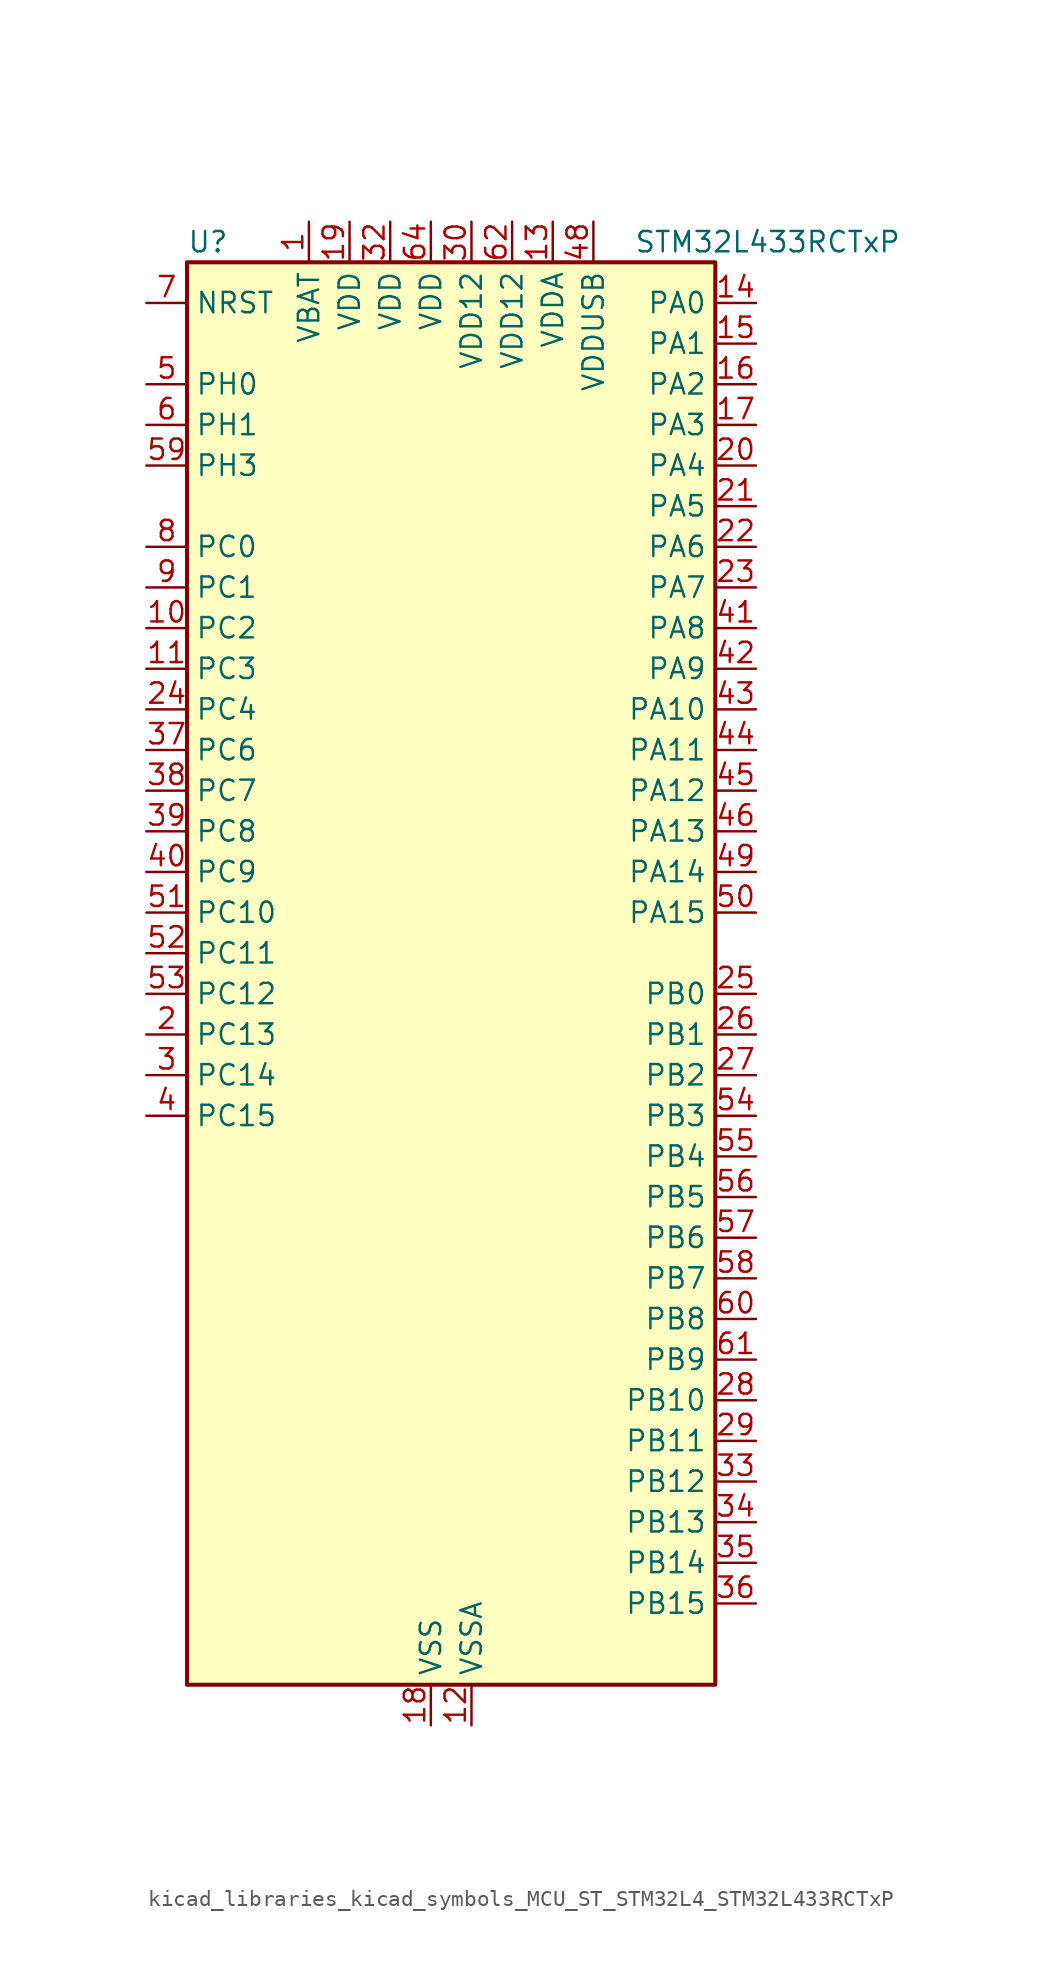
<source format=kicad_sym>
(kicad_symbol_lib
  (version 20220914)
  (generator kicad_symbol_editor)
  (symbol "kicad_libraries_kicad_symbols_MCU_ST_STM32L4_STM32L433RCTxP"
    (property "Reference" "U"
      (at -15.24 46.99 0)
      (effects (font (size 1.27 1.27)) (justify left)))
    (property "Value" "STM32L433RCTxP"
      (at 12.7 46.99 0)
      (effects (font (size 1.27 1.27)) (justify left)))
    (property "ki_locked" ""
      (at 0 0 0)
      (effects (font (size 1.27 1.27))))
    (symbol "kicad_libraries_kicad_symbols_MCU_ST_STM32L4_STM32L433RCTxP_0_1"
      (rectangle (start -15.24 -43.18) (end 17.78 45.72) (stroke (width 0.254) (type default)) (fill (type background))))
    (symbol "kicad_libraries_kicad_symbols_MCU_ST_STM32L4_STM32L433RCTxP_1_1"
      (pin power_in line (at -7.62 48.26 270) (length 2.54) (name "VBAT" (effects (font (size 1.27 1.27)))) (number "1" (effects (font (size 1.27 1.27)))))
      (pin bidirectional line (at -17.78 22.86 0) (length 2.54) (name "PC2" (effects (font (size 1.27 1.27)))) (number "10" (effects (font (size 1.27 1.27)))) (alternate "ADC1_IN3" bidirectional line) (alternate "LCD_SEG20" bidirectional line) (alternate "LPTIM1_IN2" bidirectional line) (alternate "SPI2_MISO" bidirectional line))
      (pin bidirectional line (at -17.78 20.32 0) (length 2.54) (name "PC3" (effects (font (size 1.27 1.27)))) (number "11" (effects (font (size 1.27 1.27)))) (alternate "ADC1_IN4" bidirectional line) (alternate "LCD_VLCD" bidirectional line) (alternate "LPTIM1_ETR" bidirectional line) (alternate "LPTIM2_ETR" bidirectional line) (alternate "SAI1_SD_A" bidirectional line) (alternate "SPI2_MOSI" bidirectional line))
      (pin power_in line (at 2.54 -45.72 90) (length 2.54) (name "VSSA" (effects (font (size 1.27 1.27)))) (number "12" (effects (font (size 1.27 1.27)))))
      (pin power_in line (at 7.62 48.26 270) (length 2.54) (name "VDDA" (effects (font (size 1.27 1.27)))) (number "13" (effects (font (size 1.27 1.27)))))
      (pin bidirectional line (at 20.32 43.18 180) (length 2.54) (name "PA0" (effects (font (size 1.27 1.27)))) (number "14" (effects (font (size 1.27 1.27)))) (alternate "ADC1_IN5" bidirectional line) (alternate "COMP1_INM" bidirectional line) (alternate "COMP1_OUT" bidirectional line) (alternate "OPAMP1_VINP" bidirectional line) (alternate "RTC_TAMP2" bidirectional line) (alternate "SAI1_EXTCLK" bidirectional line) (alternate "SYS_WKUP1" bidirectional line) (alternate "TIM2_CH1" bidirectional line) (alternate "TIM2_ETR" bidirectional line) (alternate "USART2_CTS" bidirectional line))
      (pin bidirectional line (at 20.32 40.64 180) (length 2.54) (name "PA1" (effects (font (size 1.27 1.27)))) (number "15" (effects (font (size 1.27 1.27)))) (alternate "ADC1_IN6" bidirectional line) (alternate "COMP1_INP" bidirectional line) (alternate "I2C1_SMBA" bidirectional line) (alternate "LCD_SEG0" bidirectional line) (alternate "OPAMP1_VINM" bidirectional line) (alternate "SPI1_SCK" bidirectional line) (alternate "TIM15_CH1N" bidirectional line) (alternate "TIM2_CH2" bidirectional line) (alternate "USART2_DE" bidirectional line) (alternate "USART2_RTS" bidirectional line))
      (pin bidirectional line (at 20.32 38.1 180) (length 2.54) (name "PA2" (effects (font (size 1.27 1.27)))) (number "16" (effects (font (size 1.27 1.27)))) (alternate "ADC1_IN7" bidirectional line) (alternate "COMP2_INM" bidirectional line) (alternate "COMP2_OUT" bidirectional line) (alternate "LCD_SEG1" bidirectional line) (alternate "LPUART1_TX" bidirectional line) (alternate "QUADSPI_BK1_NCS" bidirectional line) (alternate "RCC_LSCO" bidirectional line) (alternate "SYS_WKUP4" bidirectional line) (alternate "TIM15_CH1" bidirectional line) (alternate "TIM2_CH3" bidirectional line) (alternate "USART2_TX" bidirectional line))
      (pin bidirectional line (at 20.32 35.56 180) (length 2.54) (name "PA3" (effects (font (size 1.27 1.27)))) (number "17" (effects (font (size 1.27 1.27)))) (alternate "ADC1_IN8" bidirectional line) (alternate "COMP2_INP" bidirectional line) (alternate "LCD_SEG2" bidirectional line) (alternate "LPUART1_RX" bidirectional line) (alternate "OPAMP1_VOUT" bidirectional line) (alternate "QUADSPI_CLK" bidirectional line) (alternate "SAI1_MCLK_A" bidirectional line) (alternate "TIM15_CH2" bidirectional line) (alternate "TIM2_CH4" bidirectional line) (alternate "USART2_RX" bidirectional line))
      (pin power_in line (at 0 -45.72 90) (length 2.54) (name "VSS" (effects (font (size 1.27 1.27)))) (number "18" (effects (font (size 1.27 1.27)))))
      (pin power_in line (at -5.08 48.26 270) (length 2.54) (name "VDD" (effects (font (size 1.27 1.27)))) (number "19" (effects (font (size 1.27 1.27)))))
      (pin bidirectional line (at -17.78 -2.54 0) (length 2.54) (name "PC13" (effects (font (size 1.27 1.27)))) (number "2" (effects (font (size 1.27 1.27)))) (alternate "RTC_OUT_ALARM" bidirectional line) (alternate "RTC_OUT_CALIB" bidirectional line) (alternate "RTC_TAMP1" bidirectional line) (alternate "RTC_TS" bidirectional line) (alternate "SYS_WKUP2" bidirectional line))
      (pin bidirectional line (at 20.32 33.02 180) (length 2.54) (name "PA4" (effects (font (size 1.27 1.27)))) (number "20" (effects (font (size 1.27 1.27)))) (alternate "ADC1_IN9" bidirectional line) (alternate "COMP1_INM" bidirectional line) (alternate "COMP2_INM" bidirectional line) (alternate "DAC1_OUT1" bidirectional line) (alternate "LPTIM2_OUT" bidirectional line) (alternate "SAI1_FS_B" bidirectional line) (alternate "SPI1_NSS" bidirectional line) (alternate "SPI3_NSS" bidirectional line) (alternate "USART2_CK" bidirectional line))
      (pin bidirectional line (at 20.32 30.48 180) (length 2.54) (name "PA5" (effects (font (size 1.27 1.27)))) (number "21" (effects (font (size 1.27 1.27)))) (alternate "ADC1_IN10" bidirectional line) (alternate "COMP1_INM" bidirectional line) (alternate "COMP2_INM" bidirectional line) (alternate "DAC1_OUT2" bidirectional line) (alternate "LPTIM2_ETR" bidirectional line) (alternate "SPI1_SCK" bidirectional line) (alternate "TIM2_CH1" bidirectional line) (alternate "TIM2_ETR" bidirectional line))
      (pin bidirectional line (at 20.32 27.94 180) (length 2.54) (name "PA6" (effects (font (size 1.27 1.27)))) (number "22" (effects (font (size 1.27 1.27)))) (alternate "ADC1_IN11" bidirectional line) (alternate "COMP1_OUT" bidirectional line) (alternate "LCD_SEG3" bidirectional line) (alternate "LPUART1_CTS" bidirectional line) (alternate "QUADSPI_BK1_IO3" bidirectional line) (alternate "SPI1_MISO" bidirectional line) (alternate "TIM16_CH1" bidirectional line) (alternate "TIM1_BKIN" bidirectional line) (alternate "TIM1_BKIN_COMP2" bidirectional line) (alternate "USART3_CTS" bidirectional line))
      (pin bidirectional line (at 20.32 25.4 180) (length 2.54) (name "PA7" (effects (font (size 1.27 1.27)))) (number "23" (effects (font (size 1.27 1.27)))) (alternate "ADC1_IN12" bidirectional line) (alternate "COMP2_OUT" bidirectional line) (alternate "I2C3_SCL" bidirectional line) (alternate "LCD_SEG4" bidirectional line) (alternate "QUADSPI_BK1_IO2" bidirectional line) (alternate "SPI1_MOSI" bidirectional line) (alternate "TIM1_CH1N" bidirectional line))
      (pin bidirectional line (at -17.78 17.78 0) (length 2.54) (name "PC4" (effects (font (size 1.27 1.27)))) (number "24" (effects (font (size 1.27 1.27)))) (alternate "ADC1_IN13" bidirectional line) (alternate "COMP1_INM" bidirectional line) (alternate "LCD_SEG22" bidirectional line) (alternate "USART3_TX" bidirectional line))
      (pin bidirectional line (at 20.32 0 180) (length 2.54) (name "PB0" (effects (font (size 1.27 1.27)))) (number "25" (effects (font (size 1.27 1.27)))) (alternate "ADC1_IN15" bidirectional line) (alternate "COMP1_OUT" bidirectional line) (alternate "LCD_SEG5" bidirectional line) (alternate "QUADSPI_BK1_IO1" bidirectional line) (alternate "SAI1_EXTCLK" bidirectional line) (alternate "SPI1_NSS" bidirectional line) (alternate "TIM1_CH2N" bidirectional line) (alternate "USART3_CK" bidirectional line))
      (pin bidirectional line (at 20.32 -2.54 180) (length 2.54) (name "PB1" (effects (font (size 1.27 1.27)))) (number "26" (effects (font (size 1.27 1.27)))) (alternate "ADC1_IN16" bidirectional line) (alternate "COMP1_INM" bidirectional line) (alternate "LCD_SEG6" bidirectional line) (alternate "LPTIM2_IN1" bidirectional line) (alternate "LPUART1_DE" bidirectional line) (alternate "LPUART1_RTS" bidirectional line) (alternate "QUADSPI_BK1_IO0" bidirectional line) (alternate "TIM1_CH3N" bidirectional line) (alternate "USART3_DE" bidirectional line) (alternate "USART3_RTS" bidirectional line))
      (pin bidirectional line (at 20.32 -5.08 180) (length 2.54) (name "PB2" (effects (font (size 1.27 1.27)))) (number "27" (effects (font (size 1.27 1.27)))) (alternate "COMP1_INP" bidirectional line) (alternate "I2C3_SMBA" bidirectional line) (alternate "LCD_VLCD" bidirectional line) (alternate "LPTIM1_OUT" bidirectional line) (alternate "RTC_OUT_ALARM" bidirectional line) (alternate "RTC_OUT_CALIB" bidirectional line))
      (pin bidirectional line (at 20.32 -25.4 180) (length 2.54) (name "PB10" (effects (font (size 1.27 1.27)))) (number "28" (effects (font (size 1.27 1.27)))) (alternate "COMP1_OUT" bidirectional line) (alternate "I2C2_SCL" bidirectional line) (alternate "LCD_SEG10" bidirectional line) (alternate "LPUART1_RX" bidirectional line) (alternate "QUADSPI_CLK" bidirectional line) (alternate "SAI1_SCK_A" bidirectional line) (alternate "SPI2_SCK" bidirectional line) (alternate "TIM2_CH3" bidirectional line) (alternate "TSC_SYNC" bidirectional line) (alternate "USART3_TX" bidirectional line))
      (pin bidirectional line (at 20.32 -27.94 180) (length 2.54) (name "PB11" (effects (font (size 1.27 1.27)))) (number "29" (effects (font (size 1.27 1.27)))) (alternate "ADC1_EXTI11" bidirectional line) (alternate "COMP2_OUT" bidirectional line) (alternate "I2C2_SDA" bidirectional line) (alternate "LCD_SEG11" bidirectional line) (alternate "LPUART1_TX" bidirectional line) (alternate "QUADSPI_BK1_NCS" bidirectional line) (alternate "TIM2_CH4" bidirectional line) (alternate "USART3_RX" bidirectional line))
      (pin bidirectional line (at -17.78 -5.08 0) (length 2.54) (name "PC14" (effects (font (size 1.27 1.27)))) (number "3" (effects (font (size 1.27 1.27)))) (alternate "RCC_OSC32_IN" bidirectional line))
      (pin power_in line (at 2.54 48.26 270) (length 2.54) (name "VDD12" (effects (font (size 1.27 1.27)))) (number "30" (effects (font (size 1.27 1.27)))))
      (pin passive line (at 0 -45.72 90) (length 2.54) hide (name "VSS" (effects (font (size 1.27 1.27)))) (number "31" (effects (font (size 1.27 1.27)))))
      (pin power_in line (at -2.54 48.26 270) (length 2.54) (name "VDD" (effects (font (size 1.27 1.27)))) (number "32" (effects (font (size 1.27 1.27)))))
      (pin bidirectional line (at 20.32 -30.48 180) (length 2.54) (name "PB12" (effects (font (size 1.27 1.27)))) (number "33" (effects (font (size 1.27 1.27)))) (alternate "I2C2_SMBA" bidirectional line) (alternate "LCD_SEG12" bidirectional line) (alternate "LPUART1_DE" bidirectional line) (alternate "LPUART1_RTS" bidirectional line) (alternate "SAI1_FS_A" bidirectional line) (alternate "SPI2_NSS" bidirectional line) (alternate "SWPMI1_IO" bidirectional line) (alternate "TIM15_BKIN" bidirectional line) (alternate "TIM1_BKIN" bidirectional line) (alternate "TIM1_BKIN_COMP2" bidirectional line) (alternate "TSC_G1_IO1" bidirectional line) (alternate "USART3_CK" bidirectional line))
      (pin bidirectional line (at 20.32 -33.02 180) (length 2.54) (name "PB13" (effects (font (size 1.27 1.27)))) (number "34" (effects (font (size 1.27 1.27)))) (alternate "I2C2_SCL" bidirectional line) (alternate "LCD_SEG13" bidirectional line) (alternate "LPUART1_CTS" bidirectional line) (alternate "SAI1_SCK_A" bidirectional line) (alternate "SPI2_SCK" bidirectional line) (alternate "SWPMI1_TX" bidirectional line) (alternate "TIM15_CH1N" bidirectional line) (alternate "TIM1_CH1N" bidirectional line) (alternate "TSC_G1_IO2" bidirectional line) (alternate "USART3_CTS" bidirectional line))
      (pin bidirectional line (at 20.32 -35.56 180) (length 2.54) (name "PB14" (effects (font (size 1.27 1.27)))) (number "35" (effects (font (size 1.27 1.27)))) (alternate "I2C2_SDA" bidirectional line) (alternate "LCD_SEG14" bidirectional line) (alternate "SAI1_MCLK_A" bidirectional line) (alternate "SPI2_MISO" bidirectional line) (alternate "SWPMI1_RX" bidirectional line) (alternate "TIM15_CH1" bidirectional line) (alternate "TIM1_CH2N" bidirectional line) (alternate "TSC_G1_IO3" bidirectional line) (alternate "USART3_DE" bidirectional line) (alternate "USART3_RTS" bidirectional line))
      (pin bidirectional line (at 20.32 -38.1 180) (length 2.54) (name "PB15" (effects (font (size 1.27 1.27)))) (number "36" (effects (font (size 1.27 1.27)))) (alternate "ADC1_EXTI15" bidirectional line) (alternate "LCD_SEG15" bidirectional line) (alternate "RTC_REFIN" bidirectional line) (alternate "SAI1_SD_A" bidirectional line) (alternate "SPI2_MOSI" bidirectional line) (alternate "SWPMI1_SUSPEND" bidirectional line) (alternate "TIM15_CH2" bidirectional line) (alternate "TIM1_CH3N" bidirectional line) (alternate "TSC_G1_IO4" bidirectional line))
      (pin bidirectional line (at -17.78 15.24 0) (length 2.54) (name "PC6" (effects (font (size 1.27 1.27)))) (number "37" (effects (font (size 1.27 1.27)))) (alternate "LCD_SEG24" bidirectional line) (alternate "TSC_G4_IO1" bidirectional line))
      (pin bidirectional line (at -17.78 12.7 0) (length 2.54) (name "PC7" (effects (font (size 1.27 1.27)))) (number "38" (effects (font (size 1.27 1.27)))) (alternate "LCD_SEG25" bidirectional line) (alternate "TSC_G4_IO2" bidirectional line))
      (pin bidirectional line (at -17.78 10.16 0) (length 2.54) (name "PC8" (effects (font (size 1.27 1.27)))) (number "39" (effects (font (size 1.27 1.27)))) (alternate "LCD_SEG26" bidirectional line) (alternate "TSC_G4_IO3" bidirectional line))
      (pin bidirectional line (at -17.78 -7.62 0) (length 2.54) (name "PC15" (effects (font (size 1.27 1.27)))) (number "4" (effects (font (size 1.27 1.27)))) (alternate "ADC1_EXTI15" bidirectional line) (alternate "RCC_OSC32_OUT" bidirectional line))
      (pin bidirectional line (at -17.78 7.62 0) (length 2.54) (name "PC9" (effects (font (size 1.27 1.27)))) (number "40" (effects (font (size 1.27 1.27)))) (alternate "DAC1_EXTI9" bidirectional line) (alternate "LCD_SEG27" bidirectional line) (alternate "TSC_G4_IO4" bidirectional line) (alternate "USB_NOE" bidirectional line))
      (pin bidirectional line (at 20.32 22.86 180) (length 2.54) (name "PA8" (effects (font (size 1.27 1.27)))) (number "41" (effects (font (size 1.27 1.27)))) (alternate "LCD_COM0" bidirectional line) (alternate "LPTIM2_OUT" bidirectional line) (alternate "RCC_MCO" bidirectional line) (alternate "SAI1_SCK_A" bidirectional line) (alternate "SWPMI1_IO" bidirectional line) (alternate "TIM1_CH1" bidirectional line) (alternate "USART1_CK" bidirectional line))
      (pin bidirectional line (at 20.32 20.32 180) (length 2.54) (name "PA9" (effects (font (size 1.27 1.27)))) (number "42" (effects (font (size 1.27 1.27)))) (alternate "DAC1_EXTI9" bidirectional line) (alternate "I2C1_SCL" bidirectional line) (alternate "LCD_COM1" bidirectional line) (alternate "SAI1_FS_A" bidirectional line) (alternate "TIM15_BKIN" bidirectional line) (alternate "TIM1_CH2" bidirectional line) (alternate "USART1_TX" bidirectional line))
      (pin bidirectional line (at 20.32 17.78 180) (length 2.54) (name "PA10" (effects (font (size 1.27 1.27)))) (number "43" (effects (font (size 1.27 1.27)))) (alternate "CRS_SYNC" bidirectional line) (alternate "I2C1_SDA" bidirectional line) (alternate "LCD_COM2" bidirectional line) (alternate "SAI1_SD_A" bidirectional line) (alternate "TIM1_CH3" bidirectional line) (alternate "USART1_RX" bidirectional line))
      (pin bidirectional line (at 20.32 15.24 180) (length 2.54) (name "PA11" (effects (font (size 1.27 1.27)))) (number "44" (effects (font (size 1.27 1.27)))) (alternate "ADC1_EXTI11" bidirectional line) (alternate "CAN1_RX" bidirectional line) (alternate "COMP1_OUT" bidirectional line) (alternate "SPI1_MISO" bidirectional line) (alternate "TIM1_BKIN2" bidirectional line) (alternate "TIM1_BKIN2_COMP1" bidirectional line) (alternate "TIM1_CH4" bidirectional line) (alternate "USART1_CTS" bidirectional line) (alternate "USB_DM" bidirectional line))
      (pin bidirectional line (at 20.32 12.7 180) (length 2.54) (name "PA12" (effects (font (size 1.27 1.27)))) (number "45" (effects (font (size 1.27 1.27)))) (alternate "CAN1_TX" bidirectional line) (alternate "SPI1_MOSI" bidirectional line) (alternate "TIM1_ETR" bidirectional line) (alternate "USART1_DE" bidirectional line) (alternate "USART1_RTS" bidirectional line) (alternate "USB_DP" bidirectional line))
      (pin bidirectional line (at 20.32 10.16 180) (length 2.54) (name "PA13" (effects (font (size 1.27 1.27)))) (number "46" (effects (font (size 1.27 1.27)))) (alternate "IR_OUT" bidirectional line) (alternate "SAI1_SD_B" bidirectional line) (alternate "SWPMI1_TX" bidirectional line) (alternate "SYS_JTMS-SWDIO" bidirectional line) (alternate "USB_NOE" bidirectional line))
      (pin passive line (at 0 -45.72 90) (length 2.54) hide (name "VSS" (effects (font (size 1.27 1.27)))) (number "47" (effects (font (size 1.27 1.27)))))
      (pin power_in line (at 10.16 48.26 270) (length 2.54) (name "VDDUSB" (effects (font (size 1.27 1.27)))) (number "48" (effects (font (size 1.27 1.27)))))
      (pin bidirectional line (at 20.32 7.62 180) (length 2.54) (name "PA14" (effects (font (size 1.27 1.27)))) (number "49" (effects (font (size 1.27 1.27)))) (alternate "I2C1_SMBA" bidirectional line) (alternate "LPTIM1_OUT" bidirectional line) (alternate "SAI1_FS_B" bidirectional line) (alternate "SWPMI1_RX" bidirectional line) (alternate "SYS_JTCK-SWCLK" bidirectional line))
      (pin bidirectional line (at -17.78 38.1 0) (length 2.54) (name "PH0" (effects (font (size 1.27 1.27)))) (number "5" (effects (font (size 1.27 1.27)))) (alternate "RCC_OSC_IN" bidirectional line))
      (pin bidirectional line (at 20.32 5.08 180) (length 2.54) (name "PA15" (effects (font (size 1.27 1.27)))) (number "50" (effects (font (size 1.27 1.27)))) (alternate "ADC1_EXTI15" bidirectional line) (alternate "LCD_SEG17" bidirectional line) (alternate "SPI1_NSS" bidirectional line) (alternate "SPI3_NSS" bidirectional line) (alternate "SWPMI1_SUSPEND" bidirectional line) (alternate "SYS_JTDI" bidirectional line) (alternate "TIM2_CH1" bidirectional line) (alternate "TIM2_ETR" bidirectional line) (alternate "TSC_G3_IO1" bidirectional line) (alternate "USART2_RX" bidirectional line) (alternate "USART3_DE" bidirectional line) (alternate "USART3_RTS" bidirectional line))
      (pin bidirectional line (at -17.78 5.08 0) (length 2.54) (name "PC10" (effects (font (size 1.27 1.27)))) (number "51" (effects (font (size 1.27 1.27)))) (alternate "LCD_COM4" bidirectional line) (alternate "LCD_SEG28" bidirectional line) (alternate "LCD_SEG40" bidirectional line) (alternate "SPI3_SCK" bidirectional line) (alternate "TSC_G3_IO2" bidirectional line) (alternate "USART3_TX" bidirectional line))
      (pin bidirectional line (at -17.78 2.54 0) (length 2.54) (name "PC11" (effects (font (size 1.27 1.27)))) (number "52" (effects (font (size 1.27 1.27)))) (alternate "ADC1_EXTI11" bidirectional line) (alternate "LCD_COM5" bidirectional line) (alternate "LCD_SEG29" bidirectional line) (alternate "LCD_SEG41" bidirectional line) (alternate "SPI3_MISO" bidirectional line) (alternate "TSC_G3_IO3" bidirectional line) (alternate "USART3_RX" bidirectional line))
      (pin bidirectional line (at -17.78 0 0) (length 2.54) (name "PC12" (effects (font (size 1.27 1.27)))) (number "53" (effects (font (size 1.27 1.27)))) (alternate "LCD_COM6" bidirectional line) (alternate "LCD_SEG30" bidirectional line) (alternate "LCD_SEG42" bidirectional line) (alternate "SPI3_MOSI" bidirectional line) (alternate "TSC_G3_IO4" bidirectional line) (alternate "USART3_CK" bidirectional line))
      (pin bidirectional line (at 20.32 -7.62 180) (length 2.54) (name "PB3" (effects (font (size 1.27 1.27)))) (number "54" (effects (font (size 1.27 1.27)))) (alternate "COMP2_INM" bidirectional line) (alternate "LCD_SEG7" bidirectional line) (alternate "SAI1_SCK_B" bidirectional line) (alternate "SPI1_SCK" bidirectional line) (alternate "SPI3_SCK" bidirectional line) (alternate "SYS_JTDO-SWO" bidirectional line) (alternate "TIM2_CH2" bidirectional line) (alternate "USART1_DE" bidirectional line) (alternate "USART1_RTS" bidirectional line))
      (pin bidirectional line (at 20.32 -10.16 180) (length 2.54) (name "PB4" (effects (font (size 1.27 1.27)))) (number "55" (effects (font (size 1.27 1.27)))) (alternate "COMP2_INP" bidirectional line) (alternate "I2C3_SDA" bidirectional line) (alternate "LCD_SEG8" bidirectional line) (alternate "SAI1_MCLK_B" bidirectional line) (alternate "SPI1_MISO" bidirectional line) (alternate "SPI3_MISO" bidirectional line) (alternate "SYS_JTRST" bidirectional line) (alternate "TSC_G2_IO1" bidirectional line) (alternate "USART1_CTS" bidirectional line))
      (pin bidirectional line (at 20.32 -12.7 180) (length 2.54) (name "PB5" (effects (font (size 1.27 1.27)))) (number "56" (effects (font (size 1.27 1.27)))) (alternate "COMP2_OUT" bidirectional line) (alternate "I2C1_SMBA" bidirectional line) (alternate "LCD_SEG9" bidirectional line) (alternate "LPTIM1_IN1" bidirectional line) (alternate "SAI1_SD_B" bidirectional line) (alternate "SPI1_MOSI" bidirectional line) (alternate "SPI3_MOSI" bidirectional line) (alternate "TIM16_BKIN" bidirectional line) (alternate "TSC_G2_IO2" bidirectional line) (alternate "USART1_CK" bidirectional line))
      (pin bidirectional line (at 20.32 -15.24 180) (length 2.54) (name "PB6" (effects (font (size 1.27 1.27)))) (number "57" (effects (font (size 1.27 1.27)))) (alternate "COMP2_INP" bidirectional line) (alternate "I2C1_SCL" bidirectional line) (alternate "LPTIM1_ETR" bidirectional line) (alternate "SAI1_FS_B" bidirectional line) (alternate "TIM16_CH1N" bidirectional line) (alternate "TSC_G2_IO3" bidirectional line) (alternate "USART1_TX" bidirectional line))
      (pin bidirectional line (at 20.32 -17.78 180) (length 2.54) (name "PB7" (effects (font (size 1.27 1.27)))) (number "58" (effects (font (size 1.27 1.27)))) (alternate "COMP2_INM" bidirectional line) (alternate "I2C1_SDA" bidirectional line) (alternate "LCD_SEG21" bidirectional line) (alternate "LPTIM1_IN2" bidirectional line) (alternate "SYS_PVD_IN" bidirectional line) (alternate "TSC_G2_IO4" bidirectional line) (alternate "USART1_RX" bidirectional line))
      (pin bidirectional line (at -17.78 33.02 0) (length 2.54) (name "PH3" (effects (font (size 1.27 1.27)))) (number "59" (effects (font (size 1.27 1.27)))))
      (pin bidirectional line (at -17.78 35.56 0) (length 2.54) (name "PH1" (effects (font (size 1.27 1.27)))) (number "6" (effects (font (size 1.27 1.27)))) (alternate "RCC_OSC_OUT" bidirectional line))
      (pin bidirectional line (at 20.32 -20.32 180) (length 2.54) (name "PB8" (effects (font (size 1.27 1.27)))) (number "60" (effects (font (size 1.27 1.27)))) (alternate "CAN1_RX" bidirectional line) (alternate "I2C1_SCL" bidirectional line) (alternate "LCD_SEG16" bidirectional line) (alternate "SAI1_MCLK_A" bidirectional line) (alternate "TIM16_CH1" bidirectional line))
      (pin bidirectional line (at 20.32 -22.86 180) (length 2.54) (name "PB9" (effects (font (size 1.27 1.27)))) (number "61" (effects (font (size 1.27 1.27)))) (alternate "CAN1_TX" bidirectional line) (alternate "DAC1_EXTI9" bidirectional line) (alternate "I2C1_SDA" bidirectional line) (alternate "IR_OUT" bidirectional line) (alternate "LCD_COM3" bidirectional line) (alternate "SAI1_FS_A" bidirectional line) (alternate "SPI2_NSS" bidirectional line))
      (pin power_in line (at 5.08 48.26 270) (length 2.54) (name "VDD12" (effects (font (size 1.27 1.27)))) (number "62" (effects (font (size 1.27 1.27)))))
      (pin passive line (at 0 -45.72 90) (length 2.54) hide (name "VSS" (effects (font (size 1.27 1.27)))) (number "63" (effects (font (size 1.27 1.27)))))
      (pin power_in line (at 0 48.26 270) (length 2.54) (name "VDD" (effects (font (size 1.27 1.27)))) (number "64" (effects (font (size 1.27 1.27)))))
      (pin input line (at -17.78 43.18 0) (length 2.54) (name "NRST" (effects (font (size 1.27 1.27)))) (number "7" (effects (font (size 1.27 1.27)))))
      (pin bidirectional line (at -17.78 27.94 0) (length 2.54) (name "PC0" (effects (font (size 1.27 1.27)))) (number "8" (effects (font (size 1.27 1.27)))) (alternate "ADC1_IN1" bidirectional line) (alternate "I2C3_SCL" bidirectional line) (alternate "LCD_SEG18" bidirectional line) (alternate "LPTIM1_IN1" bidirectional line) (alternate "LPTIM2_IN1" bidirectional line) (alternate "LPUART1_RX" bidirectional line))
      (pin bidirectional line (at -17.78 25.4 0) (length 2.54) (name "PC1" (effects (font (size 1.27 1.27)))) (number "9" (effects (font (size 1.27 1.27)))) (alternate "ADC1_IN2" bidirectional line) (alternate "I2C3_SDA" bidirectional line) (alternate "LCD_SEG19" bidirectional line) (alternate "LPTIM1_OUT" bidirectional line) (alternate "LPUART1_TX" bidirectional line)))))
</source>
